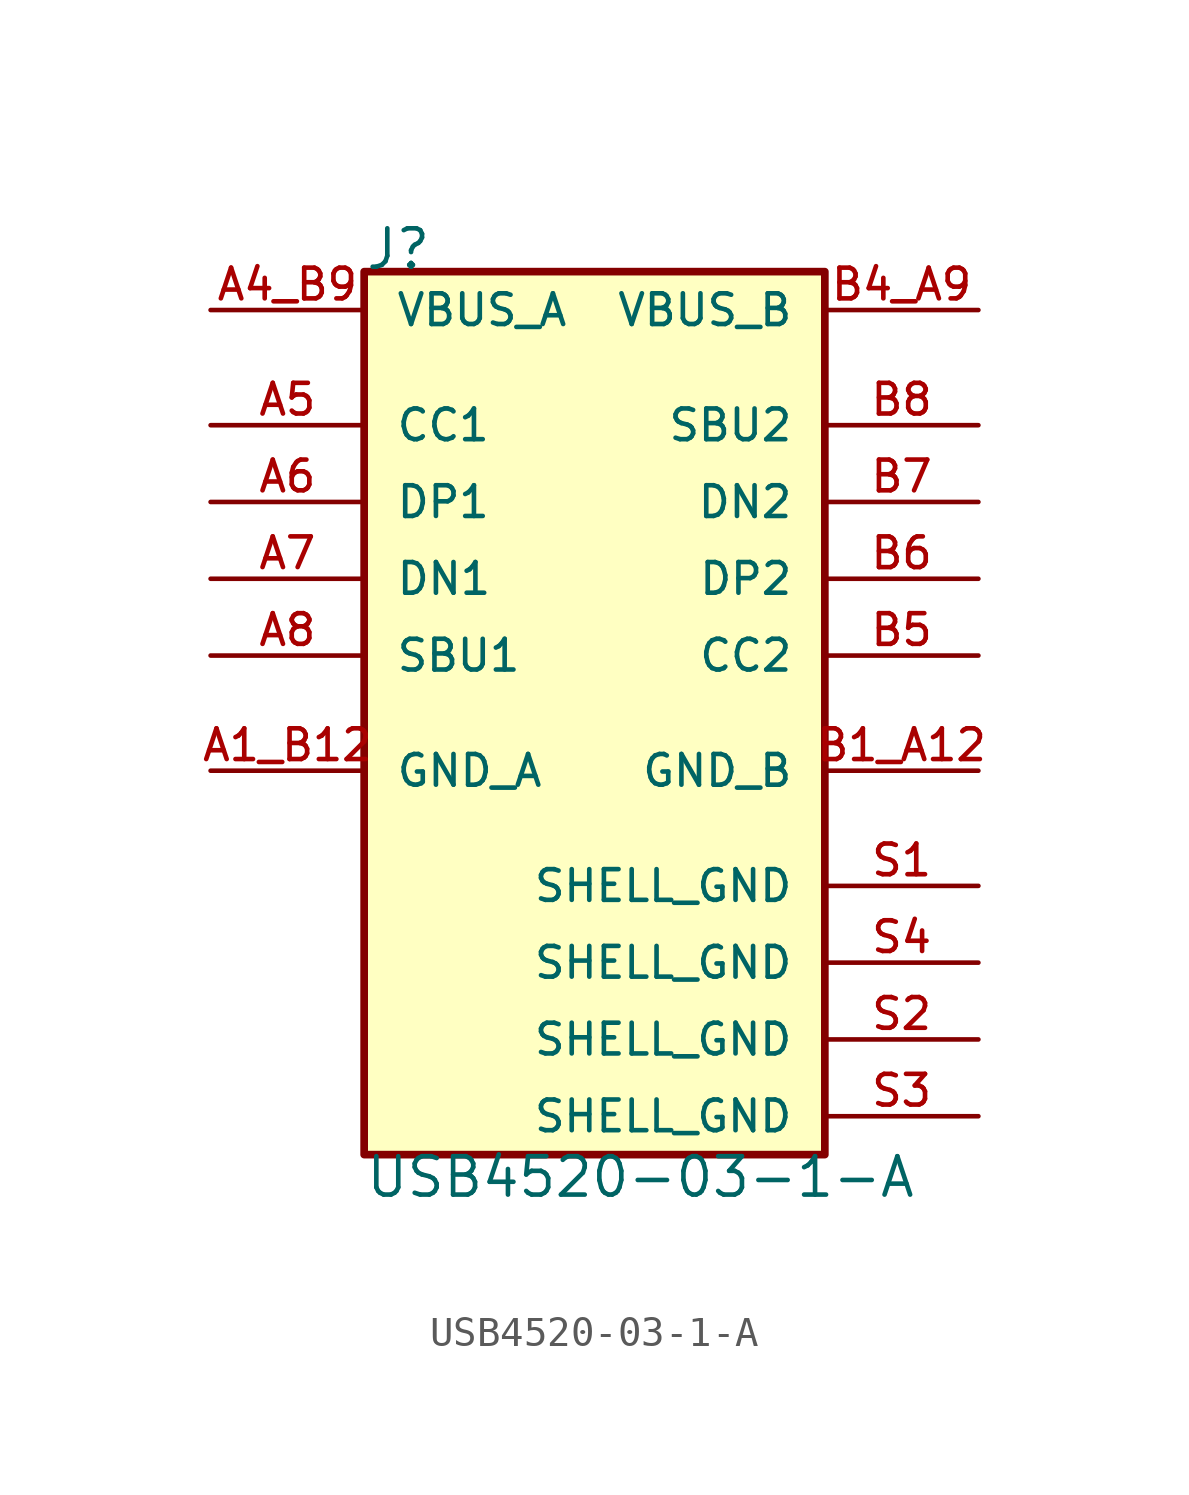
<source format=kicad_sym>
(kicad_symbol_lib
  (version 20220914)
  (generator kicad_symbol_editor)
  (symbol "USB4520-03-1-A"
    (pin_names
      (offset 1.016))
    (property "Reference" "J"
      (at -7.62 13.97 0)
      (effects (font (size 1.27 1.27)) (justify left bottom)))
    (property "Value" "USB4520-03-1-A"
      (at -7.62 -15.24 0)
      (effects (font (size 1.27 1.27)) (justify left top)))
    (symbol "USB4520-03-1-A_0_0"
      (rectangle (start -7.62 13.97) (end 7.62 -15.24) (stroke (width 0.254) (type default)) (fill (type background)))
      (pin power_in line (at -12.7 -2.54 0) (length 5.08) (name "GND_A" (effects (font (size 1.016 1.016)))) (number "A1_B12" (effects (font (size 1.016 1.016)))))
      (pin power_in line (at -12.7 12.7 0) (length 5.08) (name "VBUS_A" (effects (font (size 1.016 1.016)))) (number "A4_B9" (effects (font (size 1.016 1.016)))))
      (pin bidirectional line (at -12.7 8.89 0) (length 5.08) (name "CC1" (effects (font (size 1.016 1.016)))) (number "A5" (effects (font (size 1.016 1.016)))))
      (pin bidirectional line (at -12.7 6.35 0) (length 5.08) (name "DP1" (effects (font (size 1.016 1.016)))) (number "A6" (effects (font (size 1.016 1.016)))))
      (pin bidirectional line (at -12.7 3.81 0) (length 5.08) (name "DN1" (effects (font (size 1.016 1.016)))) (number "A7" (effects (font (size 1.016 1.016)))))
      (pin bidirectional line (at -12.7 1.27 0) (length 5.08) (name "SBU1" (effects (font (size 1.016 1.016)))) (number "A8" (effects (font (size 1.016 1.016)))))
      (pin power_in line (at 12.7 -2.54 180) (length 5.08) (name "GND_B" (effects (font (size 1.016 1.016)))) (number "B1_A12" (effects (font (size 1.016 1.016)))))
      (pin power_in line (at 12.7 12.7 180) (length 5.08) (name "VBUS_B" (effects (font (size 1.016 1.016)))) (number "B4_A9" (effects (font (size 1.016 1.016)))))
      (pin bidirectional line (at 12.7 1.27 180) (length 5.08) (name "CC2" (effects (font (size 1.016 1.016)))) (number "B5" (effects (font (size 1.016 1.016)))))
      (pin bidirectional line (at 12.7 3.81 180) (length 5.08) (name "DP2" (effects (font (size 1.016 1.016)))) (number "B6" (effects (font (size 1.016 1.016)))))
      (pin bidirectional line (at 12.7 6.35 180) (length 5.08) (name "DN2" (effects (font (size 1.016 1.016)))) (number "B7" (effects (font (size 1.016 1.016)))))
      (pin bidirectional line (at 12.7 8.89 180) (length 5.08) (name "SBU2" (effects (font (size 1.016 1.016)))) (number "B8" (effects (font (size 1.016 1.016)))))
      (pin power_in line (at 12.7 -6.35 180) (length 5.08) (name "SHELL_GND" (effects (font (size 1.016 1.016)))) (number "S1" (effects (font (size 1.016 1.016)))))
      (pin power_in line (at 12.7 -11.43 180) (length 5.08) (name "SHELL_GND" (effects (font (size 1.016 1.016)))) (number "S2" (effects (font (size 1.016 1.016)))))
      (pin power_in line (at 12.7 -13.97 180) (length 5.08) (name "SHELL_GND" (effects (font (size 1.016 1.016)))) (number "S3" (effects (font (size 1.016 1.016)))))
      (pin power_in line (at 12.7 -8.89 180) (length 5.08) (name "SHELL_GND" (effects (font (size 1.016 1.016)))) (number "S4" (effects (font (size 1.016 1.016))))))))
</source>
